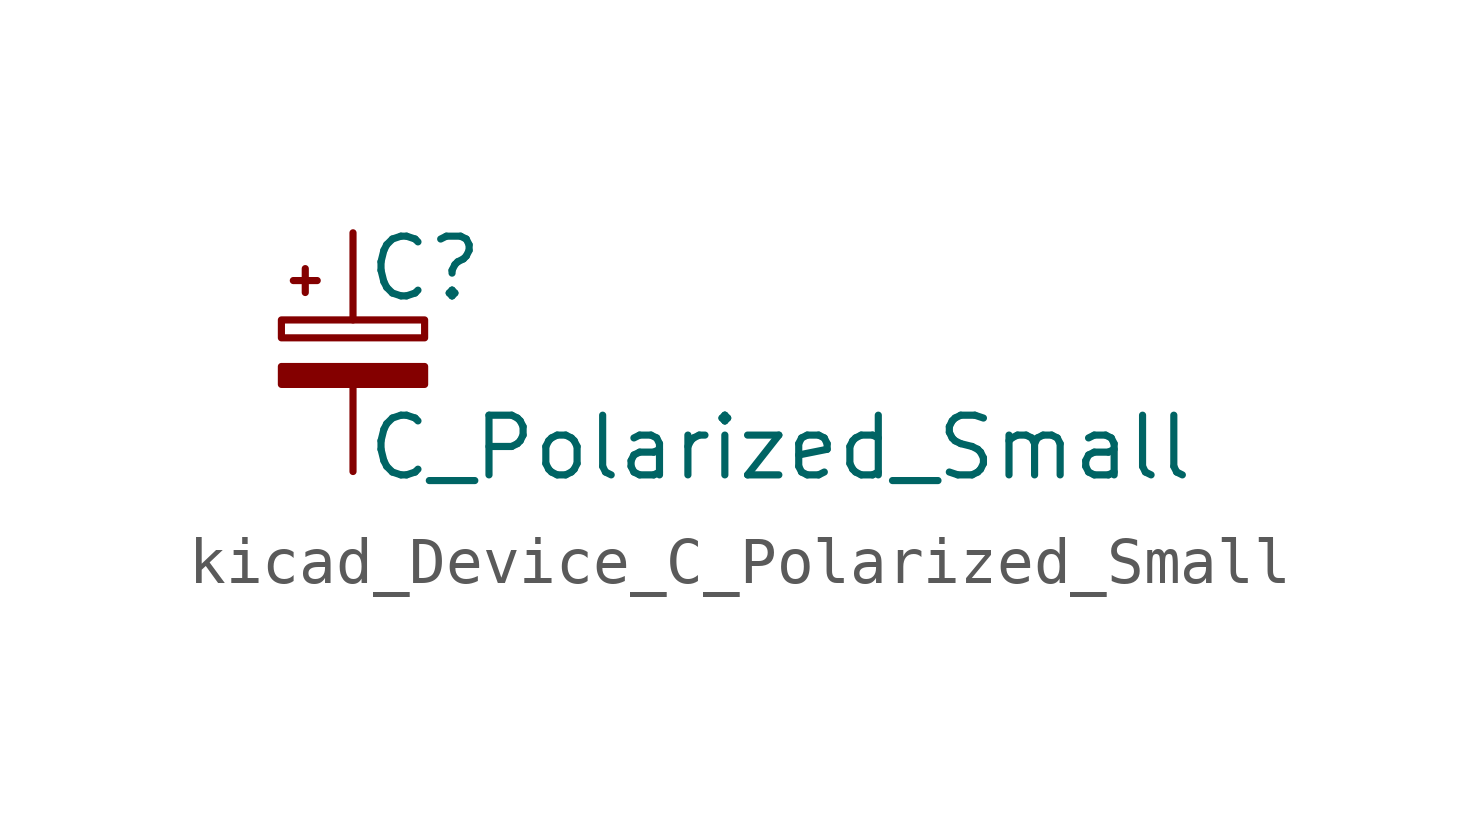
<source format=kicad_sym>
(kicad_symbol_lib
  (version 20220914)
  (generator kicad_symbol_editor)
  (symbol "kicad_Device_C_Polarized_Small"
    (pin_numbers hide)
    (pin_names
      (offset 0.254) hide)
    (property "Reference" "C"
      (at 0.254 1.778 0)
      (effects (font (size 1.27 1.27)) (justify left)))
    (property "Value" "C_Polarized_Small"
      (at 0.254 -2.032 0)
      (effects (font (size 1.27 1.27)) (justify left)))
    (symbol "kicad_Device_C_Polarized_Small_0_1"
      (rectangle (start -1.524 -0.305) (end 1.524 -0.686) (stroke (width 0) (type default)) (fill (type outline)))
      (rectangle (start -1.524 0.686) (end 1.524 0.305) (stroke (width 0) (type default)) (fill (type none)))
      (polyline (pts (xy -1.27 1.524) (xy -0.762 1.524)) (stroke (width 0) (type default)) (fill (type none)))
      (polyline (pts (xy -1.016 1.27) (xy -1.016 1.778)) (stroke (width 0) (type default)) (fill (type none))))
    (symbol "kicad_Device_C_Polarized_Small_1_1"
      (pin passive line (at 0 2.54 270) (length 1.854) (name "~" (effects (font (size 1.27 1.27)))) (number "1" (effects (font (size 1.27 1.27)))))
      (pin passive line (at 0 -2.54 90) (length 1.854) (name "~" (effects (font (size 1.27 1.27)))) (number "2" (effects (font (size 1.27 1.27))))))))
</source>
